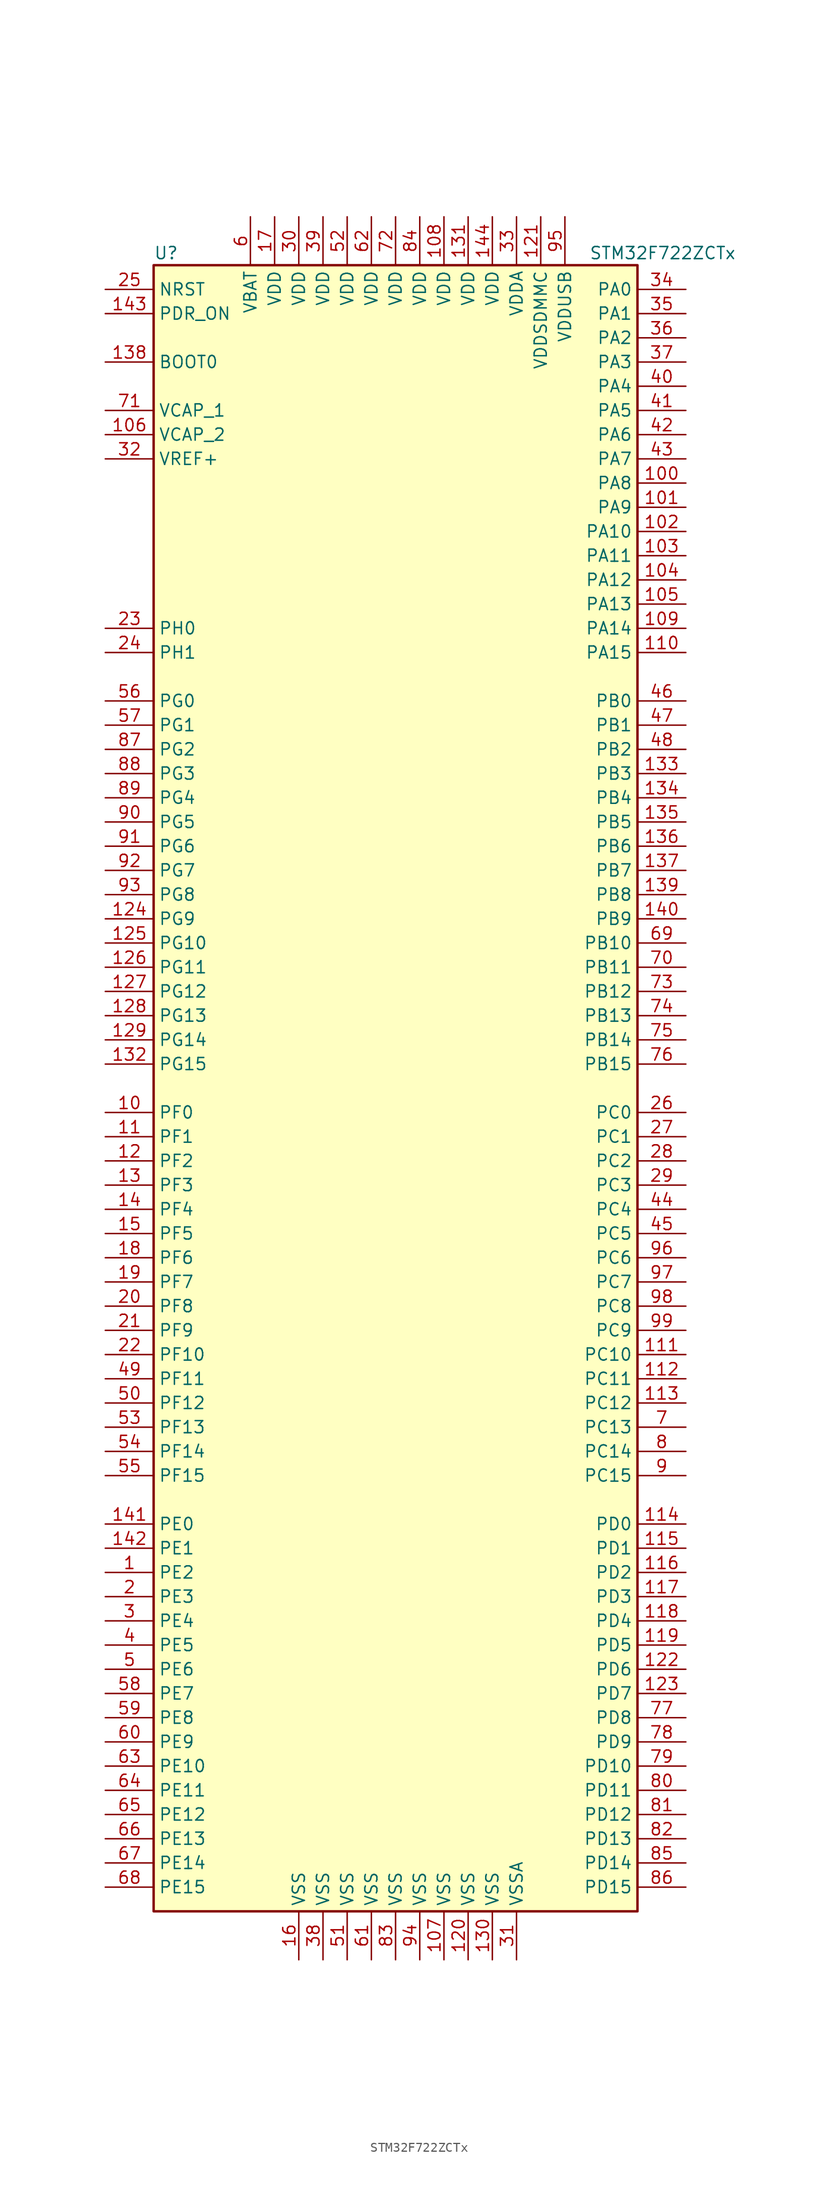
<source format=kicad_sym>
(kicad_symbol_lib
  (version 20201005)
  (generator kicad_symbol_editor)
  (symbol "STM32F722ZCTx"
    (property "Reference" "U"
      (at -25.4 87.63 0)
      (effects (font (size 1.27 1.27)) (justify left)))
    (property "Value" "STM32F722ZCTx"
      (at 20.32 87.63 0)
      (effects (font (size 1.27 1.27)) (justify left)))
    (symbol "STM32F722ZCTx_0_1"
      (rectangle (start -25.4 -86.36) (end 25.4 86.36) (stroke (width 0.254)) (fill (type background))))
    (symbol "STM32F722ZCTx_1_1"
      (pin input line (at -30.48 76.2 0) (length 5.08) (name "BOOT0" (effects (font (size 1.27 1.27)))) (number "138" (effects (font (size 1.27 1.27)))))
      (pin input line (at -30.48 83.82 0) (length 5.08) (name "NRST" (effects (font (size 1.27 1.27)))) (number "25" (effects (font (size 1.27 1.27)))))
      (pin bidirectional line (at 30.48 83.82 180) (length 5.08) (name "PA0" (effects (font (size 1.27 1.27)))) (number "34" (effects (font (size 1.27 1.27)))))
      (pin bidirectional line (at 30.48 81.28 180) (length 5.08) (name "PA1" (effects (font (size 1.27 1.27)))) (number "35" (effects (font (size 1.27 1.27)))))
      (pin bidirectional line (at 30.48 58.42 180) (length 5.08) (name "PA10" (effects (font (size 1.27 1.27)))) (number "102" (effects (font (size 1.27 1.27)))))
      (pin bidirectional line (at 30.48 55.88 180) (length 5.08) (name "PA11" (effects (font (size 1.27 1.27)))) (number "103" (effects (font (size 1.27 1.27)))))
      (pin bidirectional line (at 30.48 53.34 180) (length 5.08) (name "PA12" (effects (font (size 1.27 1.27)))) (number "104" (effects (font (size 1.27 1.27)))))
      (pin bidirectional line (at 30.48 50.8 180) (length 5.08) (name "PA13" (effects (font (size 1.27 1.27)))) (number "105" (effects (font (size 1.27 1.27)))))
      (pin bidirectional line (at 30.48 48.26 180) (length 5.08) (name "PA14" (effects (font (size 1.27 1.27)))) (number "109" (effects (font (size 1.27 1.27)))))
      (pin bidirectional line (at 30.48 45.72 180) (length 5.08) (name "PA15" (effects (font (size 1.27 1.27)))) (number "110" (effects (font (size 1.27 1.27)))))
      (pin bidirectional line (at 30.48 78.74 180) (length 5.08) (name "PA2" (effects (font (size 1.27 1.27)))) (number "36" (effects (font (size 1.27 1.27)))))
      (pin bidirectional line (at 30.48 76.2 180) (length 5.08) (name "PA3" (effects (font (size 1.27 1.27)))) (number "37" (effects (font (size 1.27 1.27)))))
      (pin bidirectional line (at 30.48 73.66 180) (length 5.08) (name "PA4" (effects (font (size 1.27 1.27)))) (number "40" (effects (font (size 1.27 1.27)))))
      (pin bidirectional line (at 30.48 71.12 180) (length 5.08) (name "PA5" (effects (font (size 1.27 1.27)))) (number "41" (effects (font (size 1.27 1.27)))))
      (pin bidirectional line (at 30.48 68.58 180) (length 5.08) (name "PA6" (effects (font (size 1.27 1.27)))) (number "42" (effects (font (size 1.27 1.27)))))
      (pin bidirectional line (at 30.48 66.04 180) (length 5.08) (name "PA7" (effects (font (size 1.27 1.27)))) (number "43" (effects (font (size 1.27 1.27)))))
      (pin bidirectional line (at 30.48 63.5 180) (length 5.08) (name "PA8" (effects (font (size 1.27 1.27)))) (number "100" (effects (font (size 1.27 1.27)))))
      (pin bidirectional line (at 30.48 60.96 180) (length 5.08) (name "PA9" (effects (font (size 1.27 1.27)))) (number "101" (effects (font (size 1.27 1.27)))))
      (pin bidirectional line (at 30.48 40.64 180) (length 5.08) (name "PB0" (effects (font (size 1.27 1.27)))) (number "46" (effects (font (size 1.27 1.27)))))
      (pin bidirectional line (at 30.48 38.1 180) (length 5.08) (name "PB1" (effects (font (size 1.27 1.27)))) (number "47" (effects (font (size 1.27 1.27)))))
      (pin bidirectional line (at 30.48 15.24 180) (length 5.08) (name "PB10" (effects (font (size 1.27 1.27)))) (number "69" (effects (font (size 1.27 1.27)))))
      (pin bidirectional line (at 30.48 12.7 180) (length 5.08) (name "PB11" (effects (font (size 1.27 1.27)))) (number "70" (effects (font (size 1.27 1.27)))))
      (pin bidirectional line (at 30.48 10.16 180) (length 5.08) (name "PB12" (effects (font (size 1.27 1.27)))) (number "73" (effects (font (size 1.27 1.27)))))
      (pin bidirectional line (at 30.48 7.62 180) (length 5.08) (name "PB13" (effects (font (size 1.27 1.27)))) (number "74" (effects (font (size 1.27 1.27)))))
      (pin bidirectional line (at 30.48 5.08 180) (length 5.08) (name "PB14" (effects (font (size 1.27 1.27)))) (number "75" (effects (font (size 1.27 1.27)))))
      (pin bidirectional line (at 30.48 2.54 180) (length 5.08) (name "PB15" (effects (font (size 1.27 1.27)))) (number "76" (effects (font (size 1.27 1.27)))))
      (pin bidirectional line (at 30.48 35.56 180) (length 5.08) (name "PB2" (effects (font (size 1.27 1.27)))) (number "48" (effects (font (size 1.27 1.27)))))
      (pin bidirectional line (at 30.48 33.02 180) (length 5.08) (name "PB3" (effects (font (size 1.27 1.27)))) (number "133" (effects (font (size 1.27 1.27)))))
      (pin bidirectional line (at 30.48 30.48 180) (length 5.08) (name "PB4" (effects (font (size 1.27 1.27)))) (number "134" (effects (font (size 1.27 1.27)))))
      (pin bidirectional line (at 30.48 27.94 180) (length 5.08) (name "PB5" (effects (font (size 1.27 1.27)))) (number "135" (effects (font (size 1.27 1.27)))))
      (pin bidirectional line (at 30.48 25.4 180) (length 5.08) (name "PB6" (effects (font (size 1.27 1.27)))) (number "136" (effects (font (size 1.27 1.27)))))
      (pin bidirectional line (at 30.48 22.86 180) (length 5.08) (name "PB7" (effects (font (size 1.27 1.27)))) (number "137" (effects (font (size 1.27 1.27)))))
      (pin bidirectional line (at 30.48 20.32 180) (length 5.08) (name "PB8" (effects (font (size 1.27 1.27)))) (number "139" (effects (font (size 1.27 1.27)))))
      (pin bidirectional line (at 30.48 17.78 180) (length 5.08) (name "PB9" (effects (font (size 1.27 1.27)))) (number "140" (effects (font (size 1.27 1.27)))))
      (pin bidirectional line (at 30.48 -2.54 180) (length 5.08) (name "PC0" (effects (font (size 1.27 1.27)))) (number "26" (effects (font (size 1.27 1.27)))))
      (pin bidirectional line (at 30.48 -5.08 180) (length 5.08) (name "PC1" (effects (font (size 1.27 1.27)))) (number "27" (effects (font (size 1.27 1.27)))))
      (pin bidirectional line (at 30.48 -27.94 180) (length 5.08) (name "PC10" (effects (font (size 1.27 1.27)))) (number "111" (effects (font (size 1.27 1.27)))))
      (pin bidirectional line (at 30.48 -30.48 180) (length 5.08) (name "PC11" (effects (font (size 1.27 1.27)))) (number "112" (effects (font (size 1.27 1.27)))))
      (pin bidirectional line (at 30.48 -33.02 180) (length 5.08) (name "PC12" (effects (font (size 1.27 1.27)))) (number "113" (effects (font (size 1.27 1.27)))))
      (pin bidirectional line (at 30.48 -35.56 180) (length 5.08) (name "PC13" (effects (font (size 1.27 1.27)))) (number "7" (effects (font (size 1.27 1.27)))))
      (pin bidirectional line (at 30.48 -38.1 180) (length 5.08) (name "PC14" (effects (font (size 1.27 1.27)))) (number "8" (effects (font (size 1.27 1.27)))))
      (pin bidirectional line (at 30.48 -40.64 180) (length 5.08) (name "PC15" (effects (font (size 1.27 1.27)))) (number "9" (effects (font (size 1.27 1.27)))))
      (pin bidirectional line (at 30.48 -7.62 180) (length 5.08) (name "PC2" (effects (font (size 1.27 1.27)))) (number "28" (effects (font (size 1.27 1.27)))))
      (pin bidirectional line (at 30.48 -10.16 180) (length 5.08) (name "PC3" (effects (font (size 1.27 1.27)))) (number "29" (effects (font (size 1.27 1.27)))))
      (pin bidirectional line (at 30.48 -12.7 180) (length 5.08) (name "PC4" (effects (font (size 1.27 1.27)))) (number "44" (effects (font (size 1.27 1.27)))))
      (pin bidirectional line (at 30.48 -15.24 180) (length 5.08) (name "PC5" (effects (font (size 1.27 1.27)))) (number "45" (effects (font (size 1.27 1.27)))))
      (pin bidirectional line (at 30.48 -17.78 180) (length 5.08) (name "PC6" (effects (font (size 1.27 1.27)))) (number "96" (effects (font (size 1.27 1.27)))))
      (pin bidirectional line (at 30.48 -20.32 180) (length 5.08) (name "PC7" (effects (font (size 1.27 1.27)))) (number "97" (effects (font (size 1.27 1.27)))))
      (pin bidirectional line (at 30.48 -22.86 180) (length 5.08) (name "PC8" (effects (font (size 1.27 1.27)))) (number "98" (effects (font (size 1.27 1.27)))))
      (pin bidirectional line (at 30.48 -25.4 180) (length 5.08) (name "PC9" (effects (font (size 1.27 1.27)))) (number "99" (effects (font (size 1.27 1.27)))))
      (pin bidirectional line (at 30.48 -45.72 180) (length 5.08) (name "PD0" (effects (font (size 1.27 1.27)))) (number "114" (effects (font (size 1.27 1.27)))))
      (pin bidirectional line (at 30.48 -48.26 180) (length 5.08) (name "PD1" (effects (font (size 1.27 1.27)))) (number "115" (effects (font (size 1.27 1.27)))))
      (pin bidirectional line (at 30.48 -71.12 180) (length 5.08) (name "PD10" (effects (font (size 1.27 1.27)))) (number "79" (effects (font (size 1.27 1.27)))))
      (pin bidirectional line (at 30.48 -73.66 180) (length 5.08) (name "PD11" (effects (font (size 1.27 1.27)))) (number "80" (effects (font (size 1.27 1.27)))))
      (pin bidirectional line (at 30.48 -76.2 180) (length 5.08) (name "PD12" (effects (font (size 1.27 1.27)))) (number "81" (effects (font (size 1.27 1.27)))))
      (pin bidirectional line (at 30.48 -78.74 180) (length 5.08) (name "PD13" (effects (font (size 1.27 1.27)))) (number "82" (effects (font (size 1.27 1.27)))))
      (pin bidirectional line (at 30.48 -81.28 180) (length 5.08) (name "PD14" (effects (font (size 1.27 1.27)))) (number "85" (effects (font (size 1.27 1.27)))))
      (pin bidirectional line (at 30.48 -83.82 180) (length 5.08) (name "PD15" (effects (font (size 1.27 1.27)))) (number "86" (effects (font (size 1.27 1.27)))))
      (pin bidirectional line (at 30.48 -50.8 180) (length 5.08) (name "PD2" (effects (font (size 1.27 1.27)))) (number "116" (effects (font (size 1.27 1.27)))))
      (pin bidirectional line (at 30.48 -53.34 180) (length 5.08) (name "PD3" (effects (font (size 1.27 1.27)))) (number "117" (effects (font (size 1.27 1.27)))))
      (pin bidirectional line (at 30.48 -55.88 180) (length 5.08) (name "PD4" (effects (font (size 1.27 1.27)))) (number "118" (effects (font (size 1.27 1.27)))))
      (pin bidirectional line (at 30.48 -58.42 180) (length 5.08) (name "PD5" (effects (font (size 1.27 1.27)))) (number "119" (effects (font (size 1.27 1.27)))))
      (pin bidirectional line (at 30.48 -60.96 180) (length 5.08) (name "PD6" (effects (font (size 1.27 1.27)))) (number "122" (effects (font (size 1.27 1.27)))))
      (pin bidirectional line (at 30.48 -63.5 180) (length 5.08) (name "PD7" (effects (font (size 1.27 1.27)))) (number "123" (effects (font (size 1.27 1.27)))))
      (pin bidirectional line (at 30.48 -66.04 180) (length 5.08) (name "PD8" (effects (font (size 1.27 1.27)))) (number "77" (effects (font (size 1.27 1.27)))))
      (pin bidirectional line (at 30.48 -68.58 180) (length 5.08) (name "PD9" (effects (font (size 1.27 1.27)))) (number "78" (effects (font (size 1.27 1.27)))))
      (pin input line (at -30.48 81.28 0) (length 5.08) (name "PDR_ON" (effects (font (size 1.27 1.27)))) (number "143" (effects (font (size 1.27 1.27)))))
      (pin bidirectional line (at -30.48 -45.72 0) (length 5.08) (name "PE0" (effects (font (size 1.27 1.27)))) (number "141" (effects (font (size 1.27 1.27)))))
      (pin bidirectional line (at -30.48 -48.26 0) (length 5.08) (name "PE1" (effects (font (size 1.27 1.27)))) (number "142" (effects (font (size 1.27 1.27)))))
      (pin bidirectional line (at -30.48 -71.12 0) (length 5.08) (name "PE10" (effects (font (size 1.27 1.27)))) (number "63" (effects (font (size 1.27 1.27)))))
      (pin bidirectional line (at -30.48 -73.66 0) (length 5.08) (name "PE11" (effects (font (size 1.27 1.27)))) (number "64" (effects (font (size 1.27 1.27)))))
      (pin bidirectional line (at -30.48 -76.2 0) (length 5.08) (name "PE12" (effects (font (size 1.27 1.27)))) (number "65" (effects (font (size 1.27 1.27)))))
      (pin bidirectional line (at -30.48 -78.74 0) (length 5.08) (name "PE13" (effects (font (size 1.27 1.27)))) (number "66" (effects (font (size 1.27 1.27)))))
      (pin bidirectional line (at -30.48 -81.28 0) (length 5.08) (name "PE14" (effects (font (size 1.27 1.27)))) (number "67" (effects (font (size 1.27 1.27)))))
      (pin bidirectional line (at -30.48 -83.82 0) (length 5.08) (name "PE15" (effects (font (size 1.27 1.27)))) (number "68" (effects (font (size 1.27 1.27)))))
      (pin bidirectional line (at -30.48 -50.8 0) (length 5.08) (name "PE2" (effects (font (size 1.27 1.27)))) (number "1" (effects (font (size 1.27 1.27)))))
      (pin bidirectional line (at -30.48 -53.34 0) (length 5.08) (name "PE3" (effects (font (size 1.27 1.27)))) (number "2" (effects (font (size 1.27 1.27)))))
      (pin bidirectional line (at -30.48 -55.88 0) (length 5.08) (name "PE4" (effects (font (size 1.27 1.27)))) (number "3" (effects (font (size 1.27 1.27)))))
      (pin bidirectional line (at -30.48 -58.42 0) (length 5.08) (name "PE5" (effects (font (size 1.27 1.27)))) (number "4" (effects (font (size 1.27 1.27)))))
      (pin bidirectional line (at -30.48 -60.96 0) (length 5.08) (name "PE6" (effects (font (size 1.27 1.27)))) (number "5" (effects (font (size 1.27 1.27)))))
      (pin bidirectional line (at -30.48 -63.5 0) (length 5.08) (name "PE7" (effects (font (size 1.27 1.27)))) (number "58" (effects (font (size 1.27 1.27)))))
      (pin bidirectional line (at -30.48 -66.04 0) (length 5.08) (name "PE8" (effects (font (size 1.27 1.27)))) (number "59" (effects (font (size 1.27 1.27)))))
      (pin bidirectional line (at -30.48 -68.58 0) (length 5.08) (name "PE9" (effects (font (size 1.27 1.27)))) (number "60" (effects (font (size 1.27 1.27)))))
      (pin bidirectional line (at -30.48 -2.54 0) (length 5.08) (name "PF0" (effects (font (size 1.27 1.27)))) (number "10" (effects (font (size 1.27 1.27)))))
      (pin bidirectional line (at -30.48 -5.08 0) (length 5.08) (name "PF1" (effects (font (size 1.27 1.27)))) (number "11" (effects (font (size 1.27 1.27)))))
      (pin bidirectional line (at -30.48 -27.94 0) (length 5.08) (name "PF10" (effects (font (size 1.27 1.27)))) (number "22" (effects (font (size 1.27 1.27)))))
      (pin bidirectional line (at -30.48 -30.48 0) (length 5.08) (name "PF11" (effects (font (size 1.27 1.27)))) (number "49" (effects (font (size 1.27 1.27)))))
      (pin bidirectional line (at -30.48 -33.02 0) (length 5.08) (name "PF12" (effects (font (size 1.27 1.27)))) (number "50" (effects (font (size 1.27 1.27)))))
      (pin bidirectional line (at -30.48 -35.56 0) (length 5.08) (name "PF13" (effects (font (size 1.27 1.27)))) (number "53" (effects (font (size 1.27 1.27)))))
      (pin bidirectional line (at -30.48 -38.1 0) (length 5.08) (name "PF14" (effects (font (size 1.27 1.27)))) (number "54" (effects (font (size 1.27 1.27)))))
      (pin bidirectional line (at -30.48 -40.64 0) (length 5.08) (name "PF15" (effects (font (size 1.27 1.27)))) (number "55" (effects (font (size 1.27 1.27)))))
      (pin bidirectional line (at -30.48 -7.62 0) (length 5.08) (name "PF2" (effects (font (size 1.27 1.27)))) (number "12" (effects (font (size 1.27 1.27)))))
      (pin bidirectional line (at -30.48 -10.16 0) (length 5.08) (name "PF3" (effects (font (size 1.27 1.27)))) (number "13" (effects (font (size 1.27 1.27)))))
      (pin bidirectional line (at -30.48 -12.7 0) (length 5.08) (name "PF4" (effects (font (size 1.27 1.27)))) (number "14" (effects (font (size 1.27 1.27)))))
      (pin bidirectional line (at -30.48 -15.24 0) (length 5.08) (name "PF5" (effects (font (size 1.27 1.27)))) (number "15" (effects (font (size 1.27 1.27)))))
      (pin bidirectional line (at -30.48 -17.78 0) (length 5.08) (name "PF6" (effects (font (size 1.27 1.27)))) (number "18" (effects (font (size 1.27 1.27)))))
      (pin bidirectional line (at -30.48 -20.32 0) (length 5.08) (name "PF7" (effects (font (size 1.27 1.27)))) (number "19" (effects (font (size 1.27 1.27)))))
      (pin bidirectional line (at -30.48 -22.86 0) (length 5.08) (name "PF8" (effects (font (size 1.27 1.27)))) (number "20" (effects (font (size 1.27 1.27)))))
      (pin bidirectional line (at -30.48 -25.4 0) (length 5.08) (name "PF9" (effects (font (size 1.27 1.27)))) (number "21" (effects (font (size 1.27 1.27)))))
      (pin bidirectional line (at -30.48 40.64 0) (length 5.08) (name "PG0" (effects (font (size 1.27 1.27)))) (number "56" (effects (font (size 1.27 1.27)))))
      (pin bidirectional line (at -30.48 38.1 0) (length 5.08) (name "PG1" (effects (font (size 1.27 1.27)))) (number "57" (effects (font (size 1.27 1.27)))))
      (pin bidirectional line (at -30.48 15.24 0) (length 5.08) (name "PG10" (effects (font (size 1.27 1.27)))) (number "125" (effects (font (size 1.27 1.27)))))
      (pin bidirectional line (at -30.48 12.7 0) (length 5.08) (name "PG11" (effects (font (size 1.27 1.27)))) (number "126" (effects (font (size 1.27 1.27)))))
      (pin bidirectional line (at -30.48 10.16 0) (length 5.08) (name "PG12" (effects (font (size 1.27 1.27)))) (number "127" (effects (font (size 1.27 1.27)))))
      (pin bidirectional line (at -30.48 7.62 0) (length 5.08) (name "PG13" (effects (font (size 1.27 1.27)))) (number "128" (effects (font (size 1.27 1.27)))))
      (pin bidirectional line (at -30.48 5.08 0) (length 5.08) (name "PG14" (effects (font (size 1.27 1.27)))) (number "129" (effects (font (size 1.27 1.27)))))
      (pin bidirectional line (at -30.48 2.54 0) (length 5.08) (name "PG15" (effects (font (size 1.27 1.27)))) (number "132" (effects (font (size 1.27 1.27)))))
      (pin bidirectional line (at -30.48 35.56 0) (length 5.08) (name "PG2" (effects (font (size 1.27 1.27)))) (number "87" (effects (font (size 1.27 1.27)))))
      (pin bidirectional line (at -30.48 33.02 0) (length 5.08) (name "PG3" (effects (font (size 1.27 1.27)))) (number "88" (effects (font (size 1.27 1.27)))))
      (pin bidirectional line (at -30.48 30.48 0) (length 5.08) (name "PG4" (effects (font (size 1.27 1.27)))) (number "89" (effects (font (size 1.27 1.27)))))
      (pin bidirectional line (at -30.48 27.94 0) (length 5.08) (name "PG5" (effects (font (size 1.27 1.27)))) (number "90" (effects (font (size 1.27 1.27)))))
      (pin bidirectional line (at -30.48 25.4 0) (length 5.08) (name "PG6" (effects (font (size 1.27 1.27)))) (number "91" (effects (font (size 1.27 1.27)))))
      (pin bidirectional line (at -30.48 22.86 0) (length 5.08) (name "PG7" (effects (font (size 1.27 1.27)))) (number "92" (effects (font (size 1.27 1.27)))))
      (pin bidirectional line (at -30.48 20.32 0) (length 5.08) (name "PG8" (effects (font (size 1.27 1.27)))) (number "93" (effects (font (size 1.27 1.27)))))
      (pin bidirectional line (at -30.48 17.78 0) (length 5.08) (name "PG9" (effects (font (size 1.27 1.27)))) (number "124" (effects (font (size 1.27 1.27)))))
      (pin input line (at -30.48 48.26 0) (length 5.08) (name "PH0" (effects (font (size 1.27 1.27)))) (number "23" (effects (font (size 1.27 1.27)))))
      (pin input line (at -30.48 45.72 0) (length 5.08) (name "PH1" (effects (font (size 1.27 1.27)))) (number "24" (effects (font (size 1.27 1.27)))))
      (pin power_in line (at -15.24 91.44 270) (length 5.08) (name "VBAT" (effects (font (size 1.27 1.27)))) (number "6" (effects (font (size 1.27 1.27)))))
      (pin power_in line (at -30.48 71.12 0) (length 5.08) (name "VCAP_1" (effects (font (size 1.27 1.27)))) (number "71" (effects (font (size 1.27 1.27)))))
      (pin power_in line (at -30.48 68.58 0) (length 5.08) (name "VCAP_2" (effects (font (size 1.27 1.27)))) (number "106" (effects (font (size 1.27 1.27)))))
      (pin power_in line (at 5.08 91.44 270) (length 5.08) (name "VDD" (effects (font (size 1.27 1.27)))) (number "108" (effects (font (size 1.27 1.27)))))
      (pin power_in line (at 7.62 91.44 270) (length 5.08) (name "VDD" (effects (font (size 1.27 1.27)))) (number "131" (effects (font (size 1.27 1.27)))))
      (pin power_in line (at 10.16 91.44 270) (length 5.08) (name "VDD" (effects (font (size 1.27 1.27)))) (number "144" (effects (font (size 1.27 1.27)))))
      (pin power_in line (at -12.7 91.44 270) (length 5.08) (name "VDD" (effects (font (size 1.27 1.27)))) (number "17" (effects (font (size 1.27 1.27)))))
      (pin power_in line (at -10.16 91.44 270) (length 5.08) (name "VDD" (effects (font (size 1.27 1.27)))) (number "30" (effects (font (size 1.27 1.27)))))
      (pin power_in line (at -7.62 91.44 270) (length 5.08) (name "VDD" (effects (font (size 1.27 1.27)))) (number "39" (effects (font (size 1.27 1.27)))))
      (pin power_in line (at -5.08 91.44 270) (length 5.08) (name "VDD" (effects (font (size 1.27 1.27)))) (number "52" (effects (font (size 1.27 1.27)))))
      (pin power_in line (at -2.54 91.44 270) (length 5.08) (name "VDD" (effects (font (size 1.27 1.27)))) (number "62" (effects (font (size 1.27 1.27)))))
      (pin power_in line (at 0 91.44 270) (length 5.08) (name "VDD" (effects (font (size 1.27 1.27)))) (number "72" (effects (font (size 1.27 1.27)))))
      (pin power_in line (at 2.54 91.44 270) (length 5.08) (name "VDD" (effects (font (size 1.27 1.27)))) (number "84" (effects (font (size 1.27 1.27)))))
      (pin power_in line (at 12.7 91.44 270) (length 5.08) (name "VDDA" (effects (font (size 1.27 1.27)))) (number "33" (effects (font (size 1.27 1.27)))))
      (pin power_in line (at 15.24 91.44 270) (length 5.08) (name "VDDSDMMC" (effects (font (size 1.27 1.27)))) (number "121" (effects (font (size 1.27 1.27)))))
      (pin power_in line (at 17.78 91.44 270) (length 5.08) (name "VDDUSB" (effects (font (size 1.27 1.27)))) (number "95" (effects (font (size 1.27 1.27)))))
      (pin power_in line (at -30.48 66.04 0) (length 5.08) (name "VREF+" (effects (font (size 1.27 1.27)))) (number "32" (effects (font (size 1.27 1.27)))))
      (pin power_in line (at 5.08 -91.44 90) (length 5.08) (name "VSS" (effects (font (size 1.27 1.27)))) (number "107" (effects (font (size 1.27 1.27)))))
      (pin power_in line (at 7.62 -91.44 90) (length 5.08) (name "VSS" (effects (font (size 1.27 1.27)))) (number "120" (effects (font (size 1.27 1.27)))))
      (pin power_in line (at 10.16 -91.44 90) (length 5.08) (name "VSS" (effects (font (size 1.27 1.27)))) (number "130" (effects (font (size 1.27 1.27)))))
      (pin power_in line (at -10.16 -91.44 90) (length 5.08) (name "VSS" (effects (font (size 1.27 1.27)))) (number "16" (effects (font (size 1.27 1.27)))))
      (pin power_in line (at -7.62 -91.44 90) (length 5.08) (name "VSS" (effects (font (size 1.27 1.27)))) (number "38" (effects (font (size 1.27 1.27)))))
      (pin power_in line (at -5.08 -91.44 90) (length 5.08) (name "VSS" (effects (font (size 1.27 1.27)))) (number "51" (effects (font (size 1.27 1.27)))))
      (pin power_in line (at -2.54 -91.44 90) (length 5.08) (name "VSS" (effects (font (size 1.27 1.27)))) (number "61" (effects (font (size 1.27 1.27)))))
      (pin power_in line (at 0 -91.44 90) (length 5.08) (name "VSS" (effects (font (size 1.27 1.27)))) (number "83" (effects (font (size 1.27 1.27)))))
      (pin power_in line (at 2.54 -91.44 90) (length 5.08) (name "VSS" (effects (font (size 1.27 1.27)))) (number "94" (effects (font (size 1.27 1.27)))))
      (pin power_in line (at 12.7 -91.44 90) (length 5.08) (name "VSSA" (effects (font (size 1.27 1.27)))) (number "31" (effects (font (size 1.27 1.27))))))))
</source>
